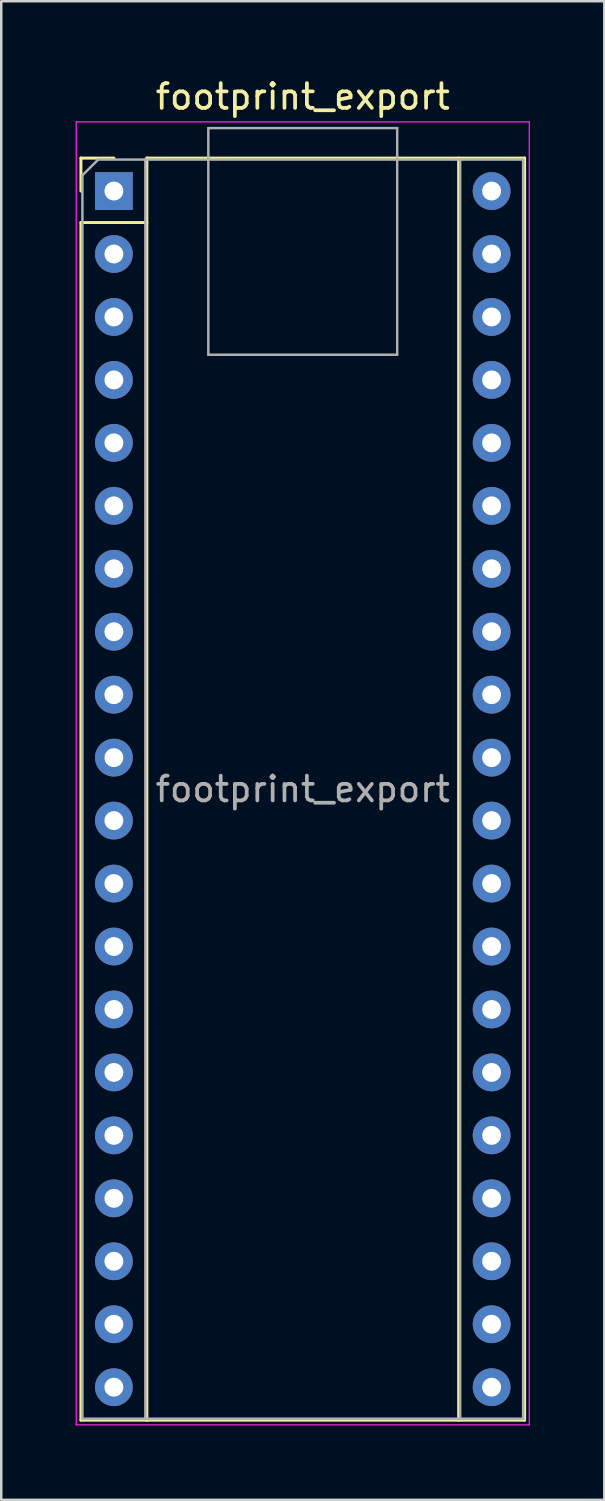
<source format=kicad_pcb>
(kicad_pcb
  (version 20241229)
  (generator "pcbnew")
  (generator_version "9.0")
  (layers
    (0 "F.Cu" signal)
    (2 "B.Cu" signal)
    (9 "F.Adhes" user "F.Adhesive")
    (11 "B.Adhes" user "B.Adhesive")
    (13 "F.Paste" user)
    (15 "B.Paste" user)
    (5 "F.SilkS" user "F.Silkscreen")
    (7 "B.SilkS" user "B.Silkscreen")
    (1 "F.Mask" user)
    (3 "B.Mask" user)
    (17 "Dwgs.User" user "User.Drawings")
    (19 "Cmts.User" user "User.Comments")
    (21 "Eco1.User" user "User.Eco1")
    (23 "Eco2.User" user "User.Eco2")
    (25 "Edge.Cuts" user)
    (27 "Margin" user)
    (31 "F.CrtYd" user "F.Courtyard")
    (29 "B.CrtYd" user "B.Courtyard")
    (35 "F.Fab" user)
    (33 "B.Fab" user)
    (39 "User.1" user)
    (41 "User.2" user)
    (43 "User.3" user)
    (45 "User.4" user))
  (footprint "footprint_export"
    (layer "F.Cu")
    (at 1.545 4.658)
    (property "Reference" "footprint_export" (at 7.62 -3.81 0) (layer "F.SilkS") (effects (font (size 1 1) (thickness 0.15))))
    (attr through_hole)
    (fp_line (start -1.33 -1.33) (end -1.33 0) (stroke (width 0.12) (type solid)) (layer "F.SilkS"))
    (fp_line (start -1.33 1.27) (end 1.33 1.27) (stroke (width 0.12) (type solid)) (layer "F.SilkS"))
    (fp_line (start -1.33 49.59) (end -1.33 1.27) (stroke (width 0.12) (type solid)) (layer "F.SilkS"))
    (fp_line (start 0 -1.33) (end -1.33 -1.33) (stroke (width 0.12) (type solid)) (layer "F.SilkS"))
    (fp_line (start 1.33 -1.33) (end 1.33 49.59) (stroke (width 0.12) (type solid)) (layer "F.SilkS"))
    (fp_line (start 1.33 -1.33) (end 16.57 -1.33) (stroke (width 0.12) (type solid)) (layer "F.SilkS"))
    (fp_line (start 13.91 49.59) (end 13.91 -1.33) (stroke (width 0.12) (type solid)) (layer "F.SilkS"))
    (fp_line (start 16.57 -1.33) (end 16.57 49.59) (stroke (width 0.12) (type solid)) (layer "F.SilkS"))
    (fp_line (start 16.57 49.59) (end -1.33 49.59) (stroke (width 0.12) (type solid)) (layer "F.SilkS"))
    (fp_line (start -1.52 -2.79) (end 16.76 -2.79) (stroke (width 0.05) (type solid)) (layer "F.CrtYd"))
    (fp_line (start -1.52 49.78) (end -1.52 -2.79) (stroke (width 0.05) (type solid)) (layer "F.CrtYd"))
    (fp_line (start 16.76 -2.79) (end 16.76 49.78) (stroke (width 0.05) (type solid)) (layer "F.CrtYd"))
    (fp_line (start 16.76 49.78) (end -1.52 49.78) (stroke (width 0.05) (type solid)) (layer "F.CrtYd"))
    (fp_line (start -1.27 -0.635) (end -0.635 -1.27) (stroke (width 0.1) (type solid)) (layer "F.Fab"))
    (fp_line (start -1.27 49.53) (end -1.27 -0.635) (stroke (width 0.1) (type solid)) (layer "F.Fab"))
    (fp_line (start -0.635 -1.27) (end 16.51 -1.27) (stroke (width 0.1) (type solid)) (layer "F.Fab"))
    (fp_line (start 1.27 -1.27) (end 1.27 49.53) (stroke (width 0.1) (type solid)) (layer "F.Fab"))
    (fp_line (start 3.81 -2.54) (end 11.43 -2.54) (stroke (width 0.1) (type solid)) (layer "F.Fab"))
    (fp_line (start 3.81 6.604) (end 3.81 -2.54) (stroke (width 0.1) (type solid)) (layer "F.Fab"))
    (fp_line (start 3.81 6.604) (end 11.43 6.604) (stroke (width 0.1) (type solid)) (layer "F.Fab"))
    (fp_line (start 11.43 -2.54) (end 11.43 6.604) (stroke (width 0.1) (type solid)) (layer "F.Fab"))
    (fp_line (start 13.97 -1.27) (end 13.97 49.53) (stroke (width 0.1) (type solid)) (layer "F.Fab"))
    (fp_line (start 16.51 -1.27) (end 16.51 49.53) (stroke (width 0.1) (type solid)) (layer "F.Fab"))
    (fp_line (start 16.51 49.53) (end -1.27 49.53) (stroke (width 0.1) (type solid)) (layer "F.Fab"))
    (fp_text user "${REFERENCE}" (at 7.62 24.13 0) (layer "F.Fab") (effects (font (size 1 1) (thickness 0.15))))
    (pad "1" thru_hole rect (at 0 0) (size 1.524 1.524) (drill 0.762) (layers "*.Cu" "*.Mask"))
    (pad "2" thru_hole circle (at 0 2.54) (size 1.524 1.524) (drill 0.762) (layers "*.Cu" "*.Mask"))
    (pad "3" thru_hole circle (at 0 5.08) (size 1.524 1.524) (drill 0.762) (layers "*.Cu" "*.Mask"))
    (pad "4" thru_hole circle (at 0 7.62) (size 1.524 1.524) (drill 0.762) (layers "*.Cu" "*.Mask"))
    (pad "5" thru_hole circle (at 0 10.16) (size 1.524 1.524) (drill 0.762) (layers "*.Cu" "*.Mask"))
    (pad "6" thru_hole circle (at 0 12.7) (size 1.524 1.524) (drill 0.762) (layers "*.Cu" "*.Mask"))
    (pad "7" thru_hole circle (at 0 15.24) (size 1.524 1.524) (drill 0.762) (layers "*.Cu" "*.Mask"))
    (pad "8" thru_hole circle (at 0 17.78) (size 1.524 1.524) (drill 0.762) (layers "*.Cu" "*.Mask"))
    (pad "9" thru_hole circle (at 0 20.32) (size 1.524 1.524) (drill 0.762) (layers "*.Cu" "*.Mask"))
    (pad "10" thru_hole circle (at 0 22.86) (size 1.524 1.524) (drill 0.762) (layers "*.Cu" "*.Mask"))
    (pad "11" thru_hole circle (at 0 25.4) (size 1.524 1.524) (drill 0.762) (layers "*.Cu" "*.Mask"))
    (pad "12" thru_hole circle (at 0 27.94) (size 1.524 1.524) (drill 0.762) (layers "*.Cu" "*.Mask"))
    (pad "13" thru_hole circle (at 0 30.48) (size 1.524 1.524) (drill 0.762) (layers "*.Cu" "*.Mask"))
    (pad "14" thru_hole circle (at 0 33.02) (size 1.524 1.524) (drill 0.762) (layers "*.Cu" "*.Mask"))
    (pad "15" thru_hole circle (at 0 35.56) (size 1.524 1.524) (drill 0.762) (layers "*.Cu" "*.Mask"))
    (pad "16" thru_hole circle (at 0 38.1) (size 1.524 1.524) (drill 0.762) (layers "*.Cu" "*.Mask"))
    (pad "17" thru_hole circle (at 0 40.64) (size 1.524 1.524) (drill 0.762) (layers "*.Cu" "*.Mask"))
    (pad "18" thru_hole circle (at 0 43.18) (size 1.524 1.524) (drill 0.762) (layers "*.Cu" "*.Mask"))
    (pad "19" thru_hole circle (at 0 45.72) (size 1.524 1.524) (drill 0.762) (layers "*.Cu" "*.Mask"))
    (pad "20" thru_hole circle (at 0 48.26) (size 1.524 1.524) (drill 0.762) (layers "*.Cu" "*.Mask"))
    (pad "21" thru_hole circle (at 15.24 48.26) (size 1.524 1.524) (drill 0.762) (layers "*.Cu" "*.Mask"))
    (pad "22" thru_hole circle (at 15.24 45.72) (size 1.524 1.524) (drill 0.762) (layers "*.Cu" "*.Mask"))
    (pad "23" thru_hole circle (at 15.24 43.18) (size 1.524 1.524) (drill 0.762) (layers "*.Cu" "*.Mask"))
    (pad "24" thru_hole circle (at 15.24 40.64) (size 1.524 1.524) (drill 0.762) (layers "*.Cu" "*.Mask"))
    (pad "25" thru_hole circle (at 15.24 38.1) (size 1.524 1.524) (drill 0.762) (layers "*.Cu" "*.Mask"))
    (pad "26" thru_hole circle (at 15.24 35.56) (size 1.524 1.524) (drill 0.762) (layers "*.Cu" "*.Mask"))
    (pad "27" thru_hole circle (at 15.24 33.02) (size 1.524 1.524) (drill 0.762) (layers "*.Cu" "*.Mask"))
    (pad "28" thru_hole circle (at 15.24 30.48) (size 1.524 1.524) (drill 0.762) (layers "*.Cu" "*.Mask"))
    (pad "29" thru_hole circle (at 15.24 27.94) (size 1.524 1.524) (drill 0.762) (layers "*.Cu" "*.Mask"))
    (pad "30" thru_hole circle (at 15.24 25.4) (size 1.524 1.524) (drill 0.762) (layers "*.Cu" "*.Mask"))
    (pad "31" thru_hole circle (at 15.24 22.86) (size 1.524 1.524) (drill 0.762) (layers "*.Cu" "*.Mask"))
    (pad "32" thru_hole circle (at 15.24 20.32) (size 1.524 1.524) (drill 0.762) (layers "*.Cu" "*.Mask"))
    (pad "33" thru_hole circle (at 15.24 17.78) (size 1.524 1.524) (drill 0.762) (layers "*.Cu" "*.Mask"))
    (pad "34" thru_hole circle (at 15.24 15.24) (size 1.524 1.524) (drill 0.762) (layers "*.Cu" "*.Mask"))
    (pad "35" thru_hole circle (at 15.24 12.7) (size 1.524 1.524) (drill 0.762) (layers "*.Cu" "*.Mask"))
    (pad "36" thru_hole circle (at 15.24 10.16) (size 1.524 1.524) (drill 0.762) (layers "*.Cu" "*.Mask"))
    (pad "37" thru_hole circle (at 15.24 7.62) (size 1.524 1.524) (drill 0.762) (layers "*.Cu" "*.Mask"))
    (pad "38" thru_hole circle (at 15.24 5.08) (size 1.524 1.524) (drill 0.762) (layers "*.Cu" "*.Mask"))
    (pad "39" thru_hole circle (at 15.24 2.54) (size 1.524 1.524) (drill 0.762) (layers "*.Cu" "*.Mask"))
    (pad "40" thru_hole circle (at 15.24 0) (size 1.524 1.524) (drill 0.762) (layers "*.Cu" "*.Mask")))
  (gr_rect
    (start -3 -3)
    (end 21.33 57.463)
    (stroke (width 0.1) (type default))
    (fill no)
    (layer "Edge.Cuts")))
</source>
